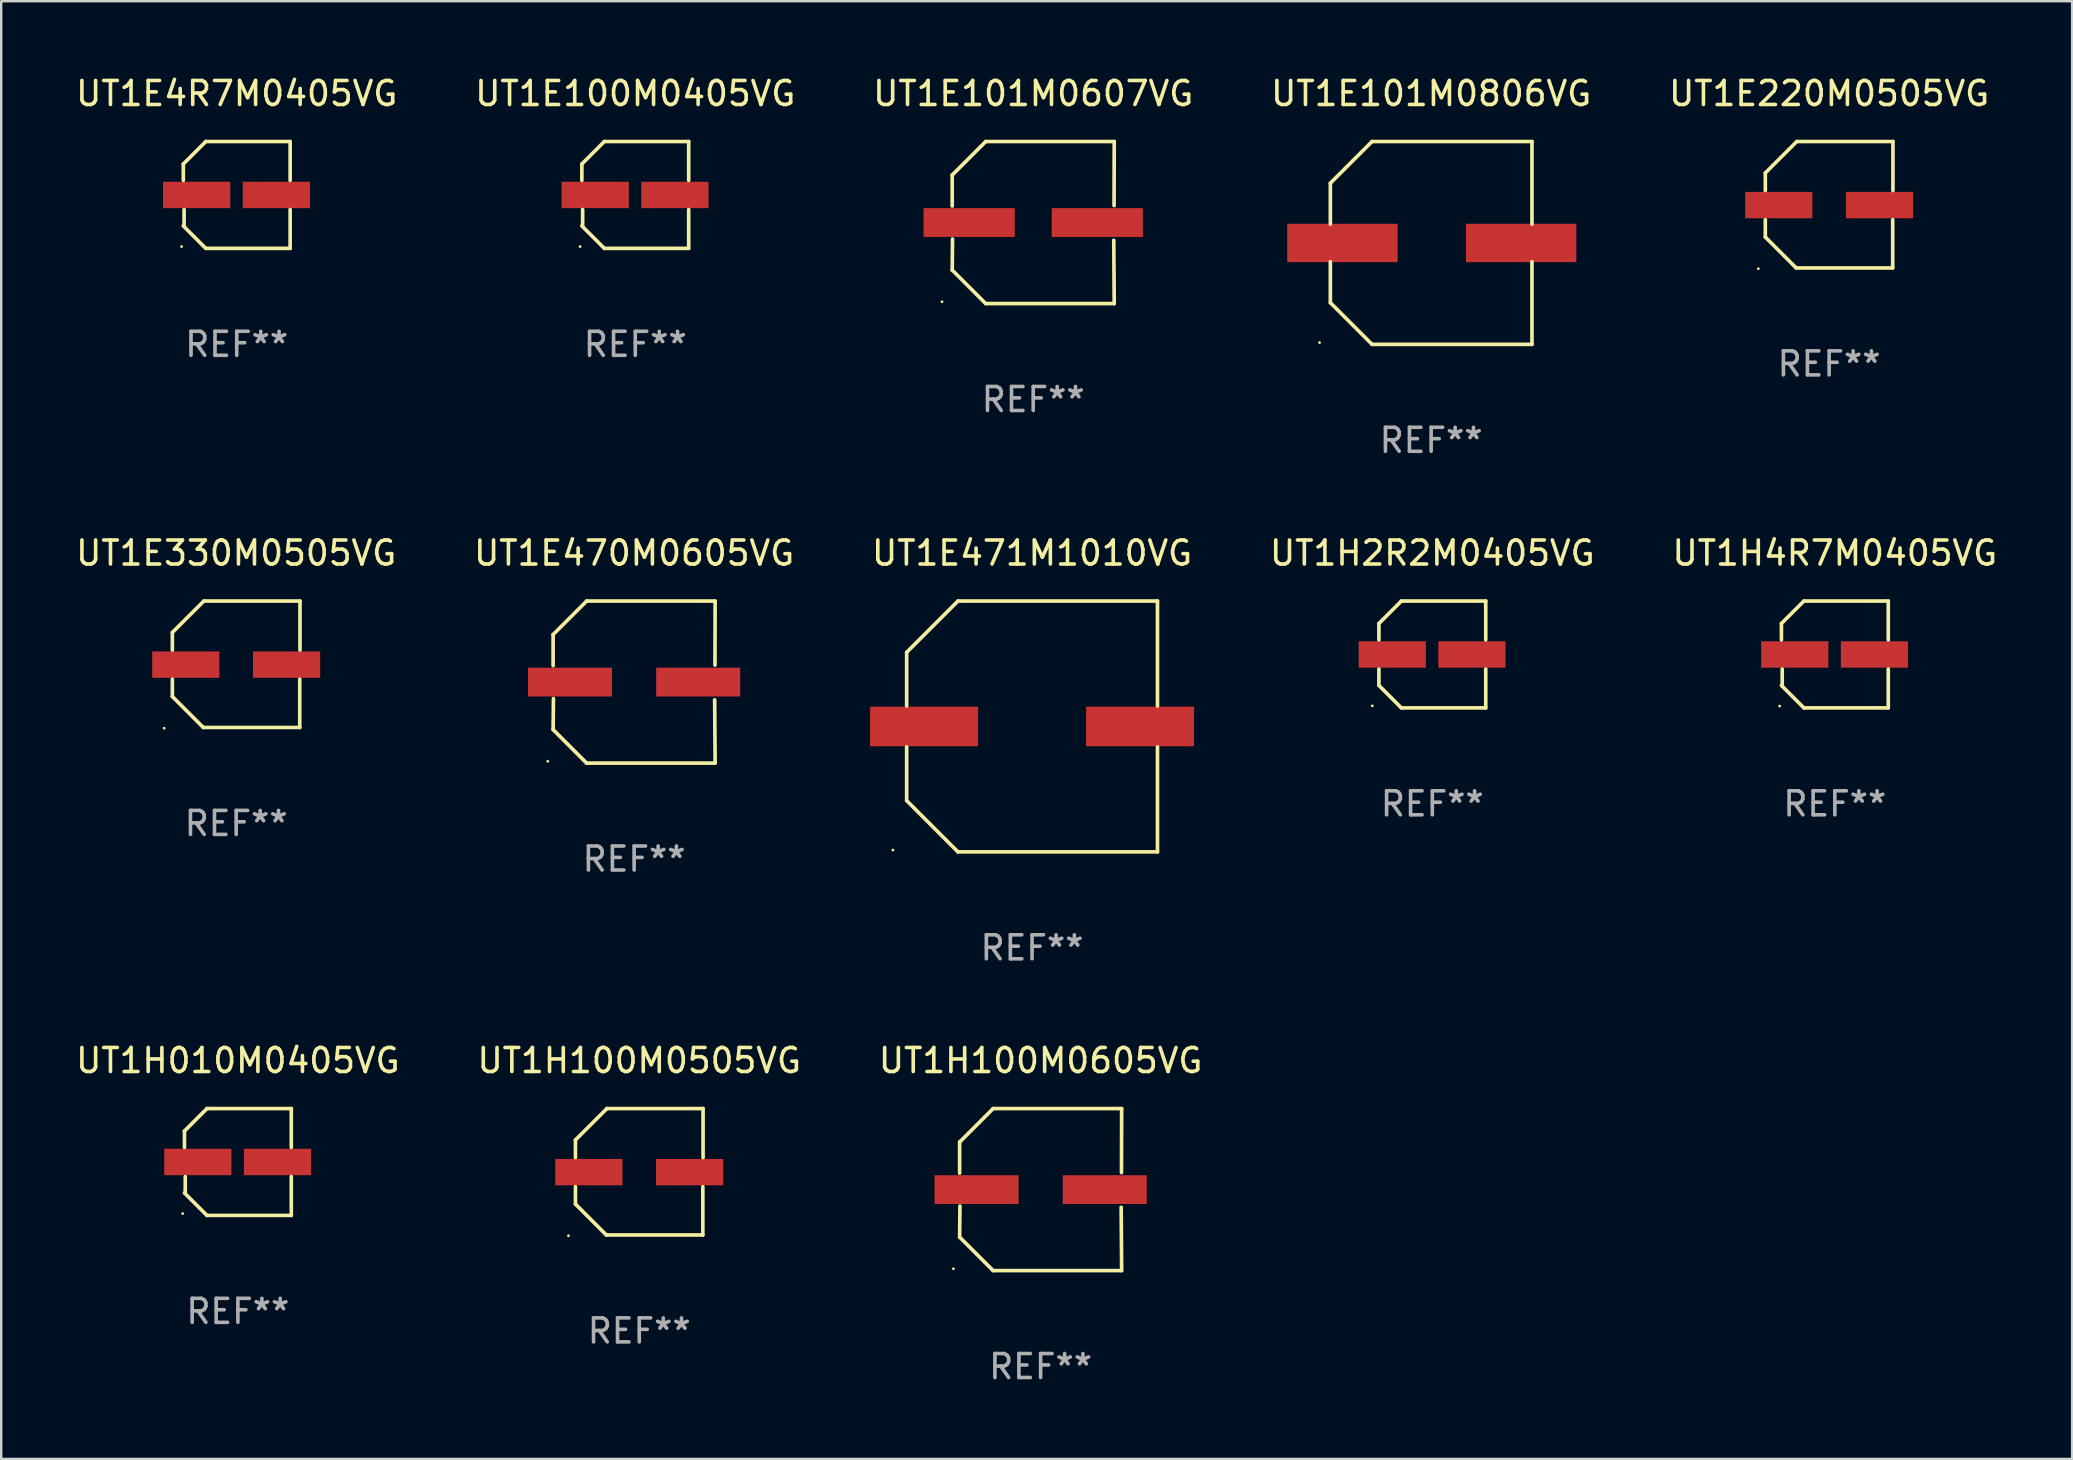
<source format=kicad_pcb>
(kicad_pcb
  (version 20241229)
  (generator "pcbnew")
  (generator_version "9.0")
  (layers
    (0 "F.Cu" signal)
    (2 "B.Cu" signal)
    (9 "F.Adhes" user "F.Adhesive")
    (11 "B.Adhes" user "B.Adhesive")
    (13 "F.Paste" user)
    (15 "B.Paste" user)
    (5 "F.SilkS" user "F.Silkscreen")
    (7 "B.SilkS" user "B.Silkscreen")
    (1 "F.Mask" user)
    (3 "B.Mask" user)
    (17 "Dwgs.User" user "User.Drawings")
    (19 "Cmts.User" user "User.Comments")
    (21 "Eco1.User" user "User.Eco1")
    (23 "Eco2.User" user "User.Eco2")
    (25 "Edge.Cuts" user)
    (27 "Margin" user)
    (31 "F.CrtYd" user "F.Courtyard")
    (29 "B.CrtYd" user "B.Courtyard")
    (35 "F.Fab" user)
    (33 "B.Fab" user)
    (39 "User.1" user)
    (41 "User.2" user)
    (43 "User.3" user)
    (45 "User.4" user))
  (footprint "UT1H010M0405VG"
    (layer "F.Cu")
    (at 6.863 45.372)
    (property "Reference" "UT1H010M0405VG" (at 0 -4.226 0) (layer "F.SilkS") (effects (font (size 1 1) (thickness 0.15))))
    (attr through_hole)
    (fp_line (start -2.226 -1.29) (end -2.226 -0.607) (stroke (width 0.152) (type solid)) (layer "F.SilkS"))
    (fp_line (start -2.193 1.29) (end -2.193 0.607) (stroke (width 0.152) (type solid)) (layer "F.SilkS"))
    (fp_line (start -1.29 2.226) (end -2.226 1.29) (stroke (width 0.152) (type solid)) (layer "F.SilkS"))
    (fp_line (start -1.29 -2.226) (end -2.226 -1.29) (stroke (width 0.152) (type solid)) (layer "F.SilkS"))
    (fp_line (start 2.226 -2.226) (end -1.29 -2.226) (stroke (width 0.152) (type solid)) (layer "F.SilkS"))
    (fp_line (start 2.226 -0.607) (end 2.226 -2.226) (stroke (width 0.152) (type solid)) (layer "F.SilkS"))
    (fp_line (start 2.226 0.607) (end 2.226 2.226) (stroke (width 0.152) (type solid)) (layer "F.SilkS"))
    (fp_line (start 2.226 2.226) (end -1.29 2.226) (stroke (width 0.152) (type solid)) (layer "F.SilkS"))
    (fp_circle (center -2.3 2.15) (end -2.27 2.15) (stroke (width 0.06) (type solid)) (fill no) (layer "F.SilkS"))
    (fp_text user "REF**" (at 0 6.226 0) (layer "F.Fab") (effects (font (size 1 1) (thickness 0.15))))
    (pad "1" smd rect (at -1.67 -0.000025) (size 2.8 1.1) (layers "F.Cu" "F.Mask" "F.Paste"))
    (pad "2" smd rect (at 1.651 -0.000025) (size 2.8 1.1) (layers "F.Cu" "F.Mask" "F.Paste")))
  (footprint "UT1H100M0605VG"
    (layer "F.Cu")
    (at 40.315 46.522)
    (property "Reference" "UT1H100M0605VG" (at 0 -5.376 0) (layer "F.SilkS") (effects (font (size 1 1) (thickness 0.15))))
    (attr through_hole)
    (fp_line (start -3.376 -1.98) (end -3.376 -0.686) (stroke (width 0.152) (type solid)) (layer "F.SilkS"))
    (fp_line (start -3.376 1.981) (end -3.362 0.686) (stroke (width 0.152) (type solid)) (layer "F.SilkS"))
    (fp_line (start -1.981 3.376) (end -3.376 1.981) (stroke (width 0.152) (type solid)) (layer "F.SilkS"))
    (fp_line (start -1.98 -3.376) (end -3.376 -1.98) (stroke (width 0.152) (type solid)) (layer "F.SilkS"))
    (fp_line (start 3.356 0.74) (end 3.376 3.376) (stroke (width 0.152) (type solid)) (layer "F.SilkS"))
    (fp_line (start 3.369 -0.707) (end 3.376 -3.376) (stroke (width 0.152) (type solid)) (layer "F.SilkS"))
    (fp_line (start 3.376 3.376) (end -1.981 3.376) (stroke (width 0.152) (type solid)) (layer "F.SilkS"))
    (fp_line (start 3.376 -3.376) (end -1.98 -3.376) (stroke (width 0.152) (type solid)) (layer "F.SilkS"))
    (fp_circle (center -3.634 3.3) (end -3.604 3.3) (stroke (width 0.06) (type solid)) (fill no) (layer "F.SilkS"))
    (fp_text user "REF**" (at 0 7.376 0) (layer "F.Fab") (effects (font (size 1 1) (thickness 0.15))))
    (pad "1" smd rect (at -2.67 0.000254) (size 3.5 1.2) (layers "F.Cu" "F.Mask" "F.Paste"))
    (pad "2" smd rect (at 2.67 0.000254) (size 3.5 1.2) (layers "F.Cu" "F.Mask" "F.Paste")))
  (footprint "UT1E470M0605VG"
    (layer "F.Cu")
    (at 23.375 25.373)
    (property "Reference" "UT1E470M0605VG" (at 0 -5.376 0) (layer "F.SilkS") (effects (font (size 1 1) (thickness 0.15))))
    (attr through_hole)
    (fp_line (start -3.376 -1.98) (end -3.376 -0.686) (stroke (width 0.152) (type solid)) (layer "F.SilkS"))
    (fp_line (start -3.376 1.981) (end -3.362 0.686) (stroke (width 0.152) (type solid)) (layer "F.SilkS"))
    (fp_line (start -1.981 3.376) (end -3.376 1.981) (stroke (width 0.152) (type solid)) (layer "F.SilkS"))
    (fp_line (start -1.98 -3.376) (end -3.376 -1.98) (stroke (width 0.152) (type solid)) (layer "F.SilkS"))
    (fp_line (start 3.356 0.74) (end 3.376 3.376) (stroke (width 0.152) (type solid)) (layer "F.SilkS"))
    (fp_line (start 3.369 -0.707) (end 3.376 -3.376) (stroke (width 0.152) (type solid)) (layer "F.SilkS"))
    (fp_line (start 3.376 3.376) (end -1.981 3.376) (stroke (width 0.152) (type solid)) (layer "F.SilkS"))
    (fp_line (start 3.376 -3.376) (end -1.98 -3.376) (stroke (width 0.152) (type solid)) (layer "F.SilkS"))
    (fp_circle (center -3.6 3.3) (end -3.57 3.3) (stroke (width 0.06) (type solid)) (fill no) (layer "F.SilkS"))
    (fp_text user "REF**" (at 0 7.376 0) (layer "F.Fab") (effects (font (size 1 1) (thickness 0.15))))
    (pad "1" smd rect (at -2.67 0.000381) (size 3.5 1.2) (layers "F.Cu" "F.Mask" "F.Paste"))
    (pad "2" smd rect (at 2.67 0.000381) (size 3.5 1.2) (layers "F.Cu" "F.Mask" "F.Paste")))
  (footprint "UT1H100M0505VG"
    (layer "F.Cu")
    (at 23.589 45.78)
    (property "Reference" "UT1H100M0505VG" (at 0 -4.634 0) (layer "F.SilkS") (effects (font (size 1 1) (thickness 0.15))))
    (attr through_hole)
    (fp_line (start -2.659 -1.326) (end -2.659 -0.592) (stroke (width 0.152) (type solid)) (layer "F.SilkS"))
    (fp_line (start -2.659 1.346) (end -2.659 0.622) (stroke (width 0.152) (type solid)) (layer "F.SilkS"))
    (fp_line (start -1.372 2.634) (end -2.659 1.346) (stroke (width 0.152) (type solid)) (layer "F.SilkS"))
    (fp_line (start -1.349 -2.634) (end -2.659 -1.326) (stroke (width 0.152) (type solid)) (layer "F.SilkS"))
    (fp_line (start 2.649 0.622) (end 2.649 2.634) (stroke (width 0.152) (type solid)) (layer "F.SilkS"))
    (fp_line (start 2.649 2.634) (end -1.372 2.634) (stroke (width 0.152) (type solid)) (layer "F.SilkS"))
    (fp_line (start 2.659 -2.634) (end -1.349 -2.634) (stroke (width 0.152) (type solid)) (layer "F.SilkS"))
    (fp_line (start 2.659 -0.592) (end 2.659 -2.634) (stroke (width 0.152) (type solid)) (layer "F.SilkS"))
    (fp_circle (center -2.95 2.665) (end -2.92 2.665) (stroke (width 0.06) (type solid)) (fill no) (layer "F.SilkS"))
    (fp_text user "REF**" (at 0 6.634 0) (layer "F.Fab") (effects (font (size 1 1) (thickness 0.15))))
    (pad "1" smd rect (at -2.1 0.015) (size 2.8 1.1) (layers "F.Cu" "F.Mask" "F.Paste"))
    (pad "2" smd rect (at 2.1 0.015) (size 2.8 1.1) (layers "F.Cu" "F.Mask" "F.Paste")))
  (footprint "UT1E220M0505VG"
    (layer "F.Cu")
    (at 73.173 5.482)
    (property "Reference" "UT1E220M0505VG" (at 0 -4.634 0) (layer "F.SilkS") (effects (font (size 1 1) (thickness 0.15))))
    (attr through_hole)
    (fp_line (start -2.659 -1.326) (end -2.659 -0.592) (stroke (width 0.152) (type solid)) (layer "F.SilkS"))
    (fp_line (start -2.659 1.346) (end -2.659 0.622) (stroke (width 0.152) (type solid)) (layer "F.SilkS"))
    (fp_line (start -1.372 2.634) (end -2.659 1.346) (stroke (width 0.152) (type solid)) (layer "F.SilkS"))
    (fp_line (start -1.349 -2.634) (end -2.659 -1.326) (stroke (width 0.152) (type solid)) (layer "F.SilkS"))
    (fp_line (start 2.649 0.622) (end 2.649 2.634) (stroke (width 0.152) (type solid)) (layer "F.SilkS"))
    (fp_line (start 2.649 2.634) (end -1.372 2.634) (stroke (width 0.152) (type solid)) (layer "F.SilkS"))
    (fp_line (start 2.659 -2.634) (end -1.349 -2.634) (stroke (width 0.152) (type solid)) (layer "F.SilkS"))
    (fp_line (start 2.659 -0.592) (end 2.659 -2.634) (stroke (width 0.152) (type solid)) (layer "F.SilkS"))
    (fp_circle (center -2.95 2.665) (end -2.92 2.665) (stroke (width 0.06) (type solid)) (fill no) (layer "F.SilkS"))
    (fp_text user "REF**" (at 0 6.634 0) (layer "F.Fab") (effects (font (size 1 1) (thickness 0.15))))
    (pad "1" smd rect (at -2.1 0.015) (size 2.8 1.1) (layers "F.Cu" "F.Mask" "F.Paste"))
    (pad "2" smd rect (at 2.1 0.015) (size 2.8 1.1) (layers "F.Cu" "F.Mask" "F.Paste")))
  (footprint "UT1E101M0806VG"
    (layer "F.Cu")
    (at 56.589 7.074)
    (property "Reference" "UT1E101M0806VG" (at 0 -6.226 0) (layer "F.SilkS") (effects (font (size 1 1) (thickness 0.15))))
    (attr through_hole)
    (fp_line (start -4.201 -2.49) (end -4.201 -0.782) (stroke (width 0.152) (type solid)) (layer "F.SilkS"))
    (fp_line (start -4.201 2.49) (end -4.201 0.782) (stroke (width 0.152) (type solid)) (layer "F.SilkS"))
    (fp_line (start -2.465 -4.226) (end -4.201 -2.49) (stroke (width 0.152) (type solid)) (layer "F.SilkS"))
    (fp_line (start -2.465 4.226) (end -4.201 2.49) (stroke (width 0.152) (type solid)) (layer "F.SilkS"))
    (fp_line (start 4.201 -4.226) (end -2.465 -4.226) (stroke (width 0.152) (type solid)) (layer "F.SilkS"))
    (fp_line (start 4.201 -0.782) (end 4.201 -4.226) (stroke (width 0.152) (type solid)) (layer "F.SilkS"))
    (fp_line (start 4.201 0.782) (end 4.201 4.226) (stroke (width 0.152) (type solid)) (layer "F.SilkS"))
    (fp_line (start 4.201 4.226) (end -2.465 4.226) (stroke (width 0.152) (type solid)) (layer "F.SilkS"))
    (fp_circle (center -4.651 4.152) (end -4.621 4.152) (stroke (width 0.06) (type solid)) (fill no) (layer "F.SilkS"))
    (fp_text user "REF**" (at 0 8.226 0) (layer "F.Fab") (effects (font (size 1 1) (thickness 0.15))))
    (pad "1" smd rect (at -3.699 0) (size 4.6 1.6) (layers "F.Cu" "F.Mask" "F.Paste"))
    (pad "2" smd rect (at 3.75 0) (size 4.6 1.6) (layers "F.Cu" "F.Mask" "F.Paste")))
  (footprint "UT1E101M0607VG"
    (layer "F.Cu")
    (at 40.006 6.224)
    (property "Reference" "UT1E101M0607VG" (at 0 -5.376 0) (layer "F.SilkS") (effects (font (size 1 1) (thickness 0.15))))
    (attr through_hole)
    (fp_line (start -3.376 -1.98) (end -3.376 -0.686) (stroke (width 0.152) (type solid)) (layer "F.SilkS"))
    (fp_line (start -3.376 1.981) (end -3.362 0.686) (stroke (width 0.152) (type solid)) (layer "F.SilkS"))
    (fp_line (start -1.981 3.376) (end -3.376 1.981) (stroke (width 0.152) (type solid)) (layer "F.SilkS"))
    (fp_line (start -1.98 -3.376) (end -3.376 -1.98) (stroke (width 0.152) (type solid)) (layer "F.SilkS"))
    (fp_line (start 3.356 0.74) (end 3.376 3.376) (stroke (width 0.152) (type solid)) (layer "F.SilkS"))
    (fp_line (start 3.369 -0.707) (end 3.376 -3.376) (stroke (width 0.152) (type solid)) (layer "F.SilkS"))
    (fp_line (start 3.376 3.376) (end -1.981 3.376) (stroke (width 0.152) (type solid)) (layer "F.SilkS"))
    (fp_line (start 3.376 -3.376) (end -1.98 -3.376) (stroke (width 0.152) (type solid)) (layer "F.SilkS"))
    (fp_circle (center -3.8 3.3) (end -3.77 3.3) (stroke (width 0.06) (type solid)) (fill no) (layer "F.SilkS"))
    (fp_text user "REF**" (at 0 7.376 0) (layer "F.Fab") (effects (font (size 1 1) (thickness 0.15))))
    (pad "1" smd rect (at -2.67 0.000254) (size 3.8 1.2) (layers "F.Cu" "F.Mask" "F.Paste"))
    (pad "2" smd rect (at 2.67 0.000254) (size 3.8 1.2) (layers "F.Cu" "F.Mask" "F.Paste")))
  (footprint "UT1E471M1010VG"
    (layer "F.Cu")
    (at 39.958 27.223)
    (property "Reference" "UT1E471M1010VG" (at 0 -7.226 0) (layer "F.SilkS") (effects (font (size 1 1) (thickness 0.15))))
    (attr through_hole)
    (fp_line (start -5.226 -3.09) (end -5.226 -0.852) (stroke (width 0.152) (type solid)) (layer "F.SilkS"))
    (fp_line (start -5.226 3.09) (end -5.226 0.852) (stroke (width 0.152) (type solid)) (layer "F.SilkS"))
    (fp_line (start -3.09 -5.226) (end -5.226 -3.09) (stroke (width 0.152) (type solid)) (layer "F.SilkS"))
    (fp_line (start -3.09 5.226) (end -5.226 3.09) (stroke (width 0.152) (type solid)) (layer "F.SilkS"))
    (fp_line (start 5.226 -5.226) (end -3.09 -5.226) (stroke (width 0.152) (type solid)) (layer "F.SilkS"))
    (fp_line (start 5.226 -0.852) (end 5.226 -5.226) (stroke (width 0.152) (type solid)) (layer "F.SilkS"))
    (fp_line (start 5.226 0.852) (end 5.226 5.226) (stroke (width 0.152) (type solid)) (layer "F.SilkS"))
    (fp_line (start 5.226 5.226) (end -3.09 5.226) (stroke (width 0.152) (type solid)) (layer "F.SilkS"))
    (fp_circle (center -5.8 5.15) (end -5.77 5.15) (stroke (width 0.06) (type solid)) (fill no) (layer "F.SilkS"))
    (fp_text user "REF**" (at 0 9.226 0) (layer "F.Fab") (effects (font (size 1 1) (thickness 0.15))))
    (pad "1" smd rect (at -4.5 0) (size 4.5 1.65) (layers "F.Cu" "F.Mask" "F.Paste"))
    (pad "2" smd rect (at 4.5 0) (size 4.5 1.65) (layers "F.Cu" "F.Mask" "F.Paste")))
  (footprint "UT1E100M0405VG"
    (layer "F.Cu")
    (at 23.423 5.074)
    (property "Reference" "UT1E100M0405VG" (at 0 -4.226 0) (layer "F.SilkS") (effects (font (size 1 1) (thickness 0.15))))
    (attr through_hole)
    (fp_line (start -2.226 -1.29) (end -2.226 -0.607) (stroke (width 0.152) (type solid)) (layer "F.SilkS"))
    (fp_line (start -2.193 1.29) (end -2.193 0.607) (stroke (width 0.152) (type solid)) (layer "F.SilkS"))
    (fp_line (start -1.29 2.226) (end -2.226 1.29) (stroke (width 0.152) (type solid)) (layer "F.SilkS"))
    (fp_line (start -1.29 -2.226) (end -2.226 -1.29) (stroke (width 0.152) (type solid)) (layer "F.SilkS"))
    (fp_line (start 2.226 -2.226) (end -1.29 -2.226) (stroke (width 0.152) (type solid)) (layer "F.SilkS"))
    (fp_line (start 2.226 -0.607) (end 2.226 -2.226) (stroke (width 0.152) (type solid)) (layer "F.SilkS"))
    (fp_line (start 2.226 0.607) (end 2.226 2.226) (stroke (width 0.152) (type solid)) (layer "F.SilkS"))
    (fp_line (start 2.226 2.226) (end -1.29 2.226) (stroke (width 0.152) (type solid)) (layer "F.SilkS"))
    (fp_circle (center -2.3 2.15) (end -2.27 2.15) (stroke (width 0.06) (type solid)) (fill no) (layer "F.SilkS"))
    (fp_text user "REF**" (at 0 6.226 0) (layer "F.Fab") (effects (font (size 1 1) (thickness 0.15))))
    (pad "1" smd rect (at -1.67 -0.000025) (size 2.8 1.1) (layers "F.Cu" "F.Mask" "F.Paste"))
    (pad "2" smd rect (at 1.651 -0.000025) (size 2.8 1.1) (layers "F.Cu" "F.Mask" "F.Paste")))
  (footprint "UT1E4R7M0405VG"
    (layer "F.Cu")
    (at 6.815 5.074)
    (property "Reference" "UT1E4R7M0405VG" (at 0 -4.226 0) (layer "F.SilkS") (effects (font (size 1 1) (thickness 0.15))))
    (attr through_hole)
    (fp_line (start -2.226 -1.29) (end -2.226 -0.607) (stroke (width 0.152) (type solid)) (layer "F.SilkS"))
    (fp_line (start -2.193 1.29) (end -2.193 0.607) (stroke (width 0.152) (type solid)) (layer "F.SilkS"))
    (fp_line (start -1.29 2.226) (end -2.226 1.29) (stroke (width 0.152) (type solid)) (layer "F.SilkS"))
    (fp_line (start -1.29 -2.226) (end -2.226 -1.29) (stroke (width 0.152) (type solid)) (layer "F.SilkS"))
    (fp_line (start 2.226 -2.226) (end -1.29 -2.226) (stroke (width 0.152) (type solid)) (layer "F.SilkS"))
    (fp_line (start 2.226 -0.607) (end 2.226 -2.226) (stroke (width 0.152) (type solid)) (layer "F.SilkS"))
    (fp_line (start 2.226 0.607) (end 2.226 2.226) (stroke (width 0.152) (type solid)) (layer "F.SilkS"))
    (fp_line (start 2.226 2.226) (end -1.29 2.226) (stroke (width 0.152) (type solid)) (layer "F.SilkS"))
    (fp_circle (center -2.3 2.15) (end -2.27 2.15) (stroke (width 0.06) (type solid)) (fill no) (layer "F.SilkS"))
    (fp_text user "REF**" (at 0 6.226 0) (layer "F.Fab") (effects (font (size 1 1) (thickness 0.15))))
    (pad "1" smd rect (at -1.67 -0.000025) (size 2.8 1.1) (layers "F.Cu" "F.Mask" "F.Paste"))
    (pad "2" smd rect (at 1.651 -0.000025) (size 2.8 1.1) (layers "F.Cu" "F.Mask" "F.Paste")))
  (footprint "UT1H2R2M0405VG"
    (layer "F.Cu")
    (at 56.637 24.223)
    (property "Reference" "UT1H2R2M0405VG" (at 0 -4.226 0) (layer "F.SilkS") (effects (font (size 1 1) (thickness 0.15))))
    (attr through_hole)
    (fp_line (start -2.226 -1.29) (end -2.226 -0.607) (stroke (width 0.152) (type solid)) (layer "F.SilkS"))
    (fp_line (start -2.226 1.29) (end -2.226 0.607) (stroke (width 0.152) (type solid)) (layer "F.SilkS"))
    (fp_line (start -1.29 -2.226) (end -2.226 -1.29) (stroke (width 0.152) (type solid)) (layer "F.SilkS"))
    (fp_line (start -1.29 2.226) (end -2.226 1.29) (stroke (width 0.152) (type solid)) (layer "F.SilkS"))
    (fp_line (start 2.226 -2.226) (end -1.29 -2.226) (stroke (width 0.152) (type solid)) (layer "F.SilkS"))
    (fp_line (start 2.226 -0.607) (end 2.226 -2.226) (stroke (width 0.152) (type solid)) (layer "F.SilkS"))
    (fp_line (start 2.226 0.607) (end 2.226 2.226) (stroke (width 0.152) (type solid)) (layer "F.SilkS"))
    (fp_line (start 2.226 2.226) (end -1.29 2.226) (stroke (width 0.152) (type solid)) (layer "F.SilkS"))
    (fp_circle (center -2.501 2.141) (end -2.471 2.141) (stroke (width 0.06) (type solid)) (fill no) (layer "F.SilkS"))
    (fp_text user "REF**" (at 0 6.226 0) (layer "F.Fab") (effects (font (size 1 1) (thickness 0.15))))
    (pad "1" smd rect (at -1.67 -0.000025) (size 2.8 1.1) (layers "F.Cu" "F.Mask" "F.Paste"))
    (pad "2" smd rect (at 1.651 -0.000025) (size 2.8 1.1) (layers "F.Cu" "F.Mask" "F.Paste")))
  (footprint "UT1H4R7M0405VG"
    (layer "F.Cu")
    (at 73.411 24.223)
    (property "Reference" "UT1H4R7M0405VG" (at 0 -4.226 0) (layer "F.SilkS") (effects (font (size 1 1) (thickness 0.15))))
    (attr through_hole)
    (fp_line (start -2.226 -1.29) (end -2.226 -0.607) (stroke (width 0.152) (type solid)) (layer "F.SilkS"))
    (fp_line (start -2.193 1.29) (end -2.193 0.607) (stroke (width 0.152) (type solid)) (layer "F.SilkS"))
    (fp_line (start -1.29 2.226) (end -2.226 1.29) (stroke (width 0.152) (type solid)) (layer "F.SilkS"))
    (fp_line (start -1.29 -2.226) (end -2.226 -1.29) (stroke (width 0.152) (type solid)) (layer "F.SilkS"))
    (fp_line (start 2.226 -2.226) (end -1.29 -2.226) (stroke (width 0.152) (type solid)) (layer "F.SilkS"))
    (fp_line (start 2.226 -0.607) (end 2.226 -2.226) (stroke (width 0.152) (type solid)) (layer "F.SilkS"))
    (fp_line (start 2.226 0.607) (end 2.226 2.226) (stroke (width 0.152) (type solid)) (layer "F.SilkS"))
    (fp_line (start 2.226 2.226) (end -1.29 2.226) (stroke (width 0.152) (type solid)) (layer "F.SilkS"))
    (fp_circle (center -2.3 2.15) (end -2.27 2.15) (stroke (width 0.06) (type solid)) (fill no) (layer "F.SilkS"))
    (fp_text user "REF**" (at 0 6.226 0) (layer "F.Fab") (effects (font (size 1 1) (thickness 0.15))))
    (pad "1" smd rect (at -1.67 -0.000025) (size 2.8 1.1) (layers "F.Cu" "F.Mask" "F.Paste"))
    (pad "2" smd rect (at 1.651 -0.000025) (size 2.8 1.1) (layers "F.Cu" "F.Mask" "F.Paste")))
  (footprint "UT1E330M0505VG"
    (layer "F.Cu")
    (at 6.792 24.631)
    (property "Reference" "UT1E330M0505VG" (at 0 -4.634 0) (layer "F.SilkS") (effects (font (size 1 1) (thickness 0.15))))
    (attr through_hole)
    (fp_line (start -2.659 -1.326) (end -2.659 -0.592) (stroke (width 0.152) (type solid)) (layer "F.SilkS"))
    (fp_line (start -2.659 1.346) (end -2.659 0.622) (stroke (width 0.152) (type solid)) (layer "F.SilkS"))
    (fp_line (start -1.372 2.634) (end -2.659 1.346) (stroke (width 0.152) (type solid)) (layer "F.SilkS"))
    (fp_line (start -1.349 -2.634) (end -2.659 -1.326) (stroke (width 0.152) (type solid)) (layer "F.SilkS"))
    (fp_line (start 2.649 0.622) (end 2.649 2.634) (stroke (width 0.152) (type solid)) (layer "F.SilkS"))
    (fp_line (start 2.649 2.634) (end -1.372 2.634) (stroke (width 0.152) (type solid)) (layer "F.SilkS"))
    (fp_line (start 2.659 -2.634) (end -1.349 -2.634) (stroke (width 0.152) (type solid)) (layer "F.SilkS"))
    (fp_line (start 2.659 -0.592) (end 2.659 -2.634) (stroke (width 0.152) (type solid)) (layer "F.SilkS"))
    (fp_circle (center -3 2.665) (end -2.97 2.665) (stroke (width 0.06) (type solid)) (fill no) (layer "F.SilkS"))
    (fp_text user "REF**" (at 0 6.634 0) (layer "F.Fab") (effects (font (size 1 1) (thickness 0.15))))
    (pad "1" smd rect (at -2.1 0.015) (size 2.8 1.1) (layers "F.Cu" "F.Mask" "F.Paste"))
    (pad "2" smd rect (at 2.1 0.015) (size 2.8 1.1) (layers "F.Cu" "F.Mask" "F.Paste")))
  (gr_rect
    (start -3 -3)
    (end 83.298 57.746)
    (stroke (width 0.1) (type default))
    (fill no)
    (layer "Edge.Cuts")))
</source>
